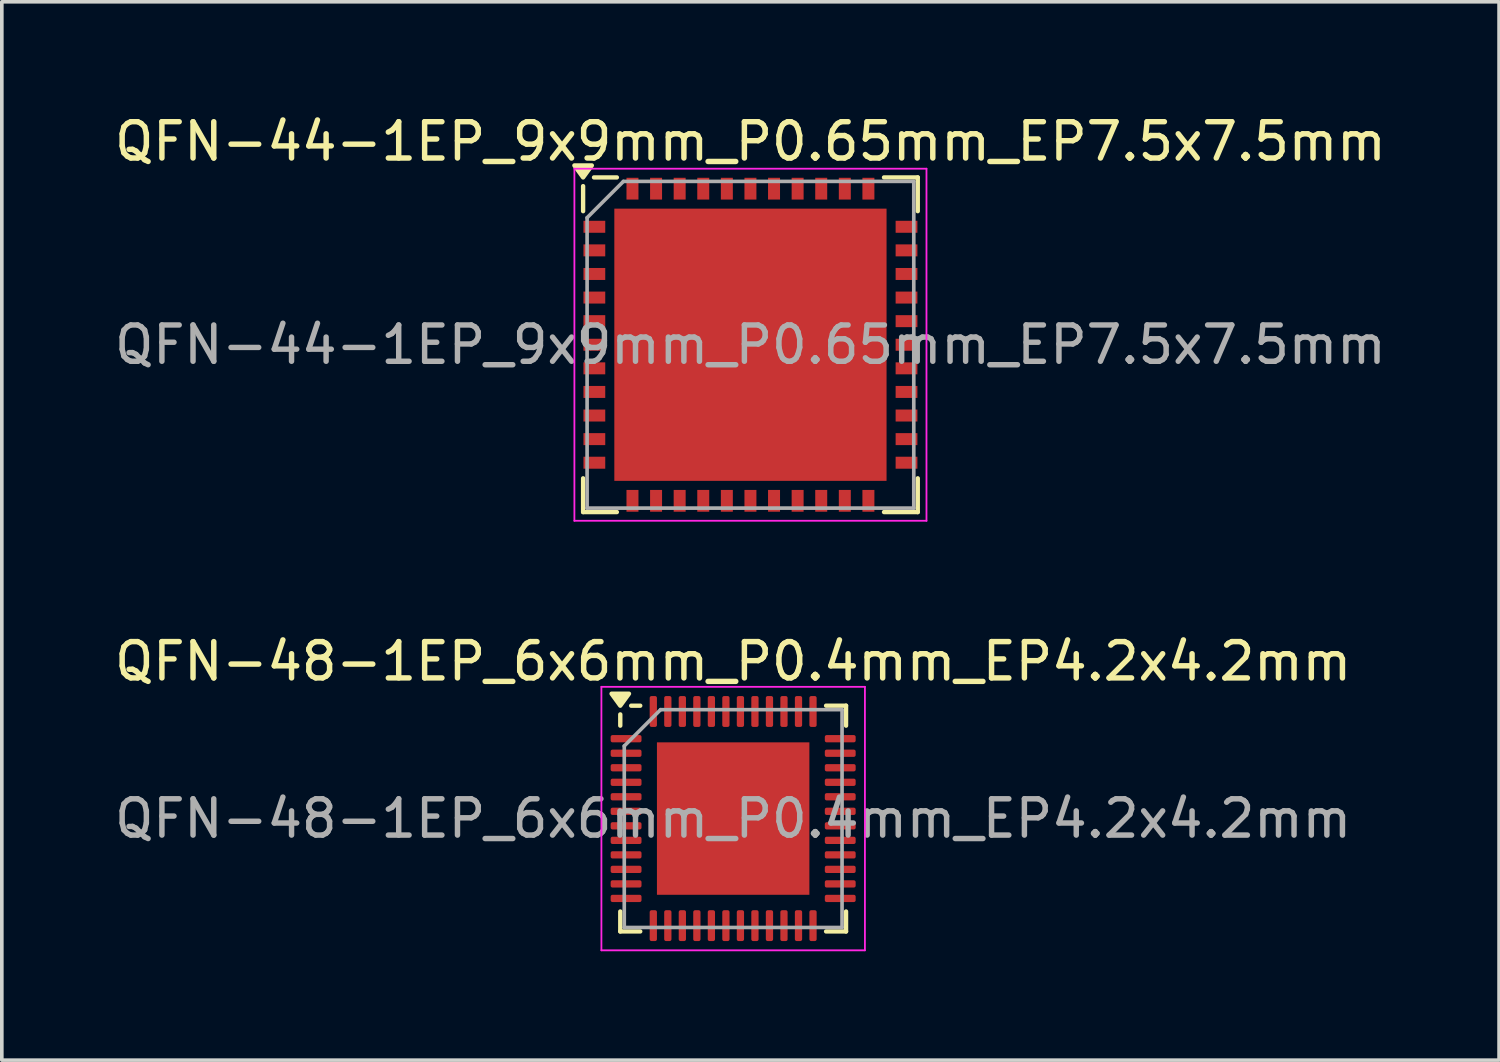
<source format=kicad_pcb>
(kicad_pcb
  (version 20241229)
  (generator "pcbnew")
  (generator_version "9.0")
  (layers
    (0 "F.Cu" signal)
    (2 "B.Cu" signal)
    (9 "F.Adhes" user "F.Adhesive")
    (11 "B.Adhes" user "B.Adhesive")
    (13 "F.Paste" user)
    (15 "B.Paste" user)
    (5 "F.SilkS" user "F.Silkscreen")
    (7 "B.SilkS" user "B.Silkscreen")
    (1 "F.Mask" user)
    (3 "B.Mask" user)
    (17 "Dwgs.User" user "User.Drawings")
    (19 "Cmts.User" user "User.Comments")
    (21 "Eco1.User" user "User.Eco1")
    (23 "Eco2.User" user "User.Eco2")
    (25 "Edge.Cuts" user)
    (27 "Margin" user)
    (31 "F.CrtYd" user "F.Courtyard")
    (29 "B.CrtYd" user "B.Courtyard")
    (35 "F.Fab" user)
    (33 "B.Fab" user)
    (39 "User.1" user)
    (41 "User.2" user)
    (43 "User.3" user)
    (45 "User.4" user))
  (footprint "QFN-44-1EP_9x9mm_P0.65mm_EP7.5x7.5mm"
    (layer "F.Cu")
    (at 17.625 6.448)
    (property "Reference" "QFN-44-1EP_9x9mm_P0.65mm_EP7.5x7.5mm" (at 0 -5.6 0) (layer "F.SilkS") (effects (font (size 1 1) (thickness 0.15))))
    (attr smd)
    (fp_line (start -4.61 -4.37) (end -4.61 -3.68) (stroke (width 0.12) (type solid)) (layer "F.SilkS"))
    (fp_line (start -4.61 4.61) (end -4.61 3.68) (stroke (width 0.12) (type solid)) (layer "F.SilkS"))
    (fp_line (start -3.68 -4.61) (end -4.31 -4.61) (stroke (width 0.12) (type solid)) (layer "F.SilkS"))
    (fp_line (start -3.68 4.61) (end -4.61 4.61) (stroke (width 0.12) (type solid)) (layer "F.SilkS"))
    (fp_line (start 3.68 -4.61) (end 4.61 -4.61) (stroke (width 0.12) (type solid)) (layer "F.SilkS"))
    (fp_line (start 3.68 4.61) (end 4.61 4.61) (stroke (width 0.12) (type solid)) (layer "F.SilkS"))
    (fp_line (start 4.61 -4.61) (end 4.61 -3.68) (stroke (width 0.12) (type solid)) (layer "F.SilkS"))
    (fp_line (start 4.61 4.61) (end 4.61 3.68) (stroke (width 0.12) (type solid)) (layer "F.SilkS"))
    (fp_poly (pts (xy -4.61 -4.61) (xy -4.85 -4.94) (xy -4.37 -4.94) (xy -4.61 -4.61)) (stroke (width 0.12) (type solid)) (fill yes) (layer "F.SilkS"))
    (fp_line (start -4.85 -4.85) (end -4.85 4.85) (stroke (width 0.05) (type solid)) (layer "F.CrtYd"))
    (fp_line (start -4.85 4.85) (end 4.85 4.85) (stroke (width 0.05) (type solid)) (layer "F.CrtYd"))
    (fp_line (start 4.85 -4.85) (end -4.85 -4.85) (stroke (width 0.05) (type solid)) (layer "F.CrtYd"))
    (fp_line (start 4.85 4.85) (end 4.85 -4.85) (stroke (width 0.05) (type solid)) (layer "F.CrtYd"))
    (fp_line (start -4.5 -3.5) (end -3.5 -4.5) (stroke (width 0.1) (type solid)) (layer "F.Fab"))
    (fp_line (start -4.5 4.5) (end -4.5 -3.5) (stroke (width 0.1) (type solid)) (layer "F.Fab"))
    (fp_line (start -3.5 -4.5) (end 4.5 -4.5) (stroke (width 0.1) (type solid)) (layer "F.Fab"))
    (fp_line (start 4.5 -4.5) (end 4.5 4.5) (stroke (width 0.1) (type solid)) (layer "F.Fab"))
    (fp_line (start 4.5 4.5) (end -4.5 4.5) (stroke (width 0.1) (type solid)) (layer "F.Fab"))
    (fp_text user "${REFERENCE}" (at 0 0 0) (layer "F.Fab") (effects (font (size 1 1) (thickness 0.15))))
    (pad "" smd rect (at -1.875 -1.875) (size 2.65 2.65) (layers "F.Paste"))
    (pad "" smd rect (at -1.875 1.875) (size 2.65 2.65) (layers "F.Paste"))
    (pad "" smd rect (at 1.875 -1.875) (size 2.65 2.65) (layers "F.Paste"))
    (pad "" smd rect (at 1.875 1.875) (size 2.65 2.65) (layers "F.Paste"))
    (pad "1" smd rect (at -4.3 -3.25) (size 0.6 0.33) (layers "F.Cu" "F.Mask" "F.Paste"))
    (pad "2" smd rect (at -4.3 -2.6) (size 0.6 0.33) (layers "F.Cu" "F.Mask" "F.Paste"))
    (pad "3" smd rect (at -4.3 -1.95) (size 0.6 0.33) (layers "F.Cu" "F.Mask" "F.Paste"))
    (pad "4" smd rect (at -4.3 -1.3) (size 0.6 0.33) (layers "F.Cu" "F.Mask" "F.Paste"))
    (pad "5" smd rect (at -4.3 -0.65) (size 0.6 0.33) (layers "F.Cu" "F.Mask" "F.Paste"))
    (pad "6" smd rect (at -4.3 0) (size 0.6 0.33) (layers "F.Cu" "F.Mask" "F.Paste"))
    (pad "7" smd rect (at -4.3 0.65) (size 0.6 0.33) (layers "F.Cu" "F.Mask" "F.Paste"))
    (pad "8" smd rect (at -4.3 1.3) (size 0.6 0.33) (layers "F.Cu" "F.Mask" "F.Paste"))
    (pad "9" smd rect (at -4.3 1.95) (size 0.6 0.33) (layers "F.Cu" "F.Mask" "F.Paste"))
    (pad "10" smd rect (at -4.3 2.6) (size 0.6 0.33) (layers "F.Cu" "F.Mask" "F.Paste"))
    (pad "11" smd rect (at -4.3 3.25) (size 0.6 0.33) (layers "F.Cu" "F.Mask" "F.Paste"))
    (pad "12" smd rect (at -3.25 4.3 90) (size 0.6 0.33) (layers "F.Cu" "F.Mask" "F.Paste"))
    (pad "13" smd rect (at -2.6 4.3 90) (size 0.6 0.33) (layers "F.Cu" "F.Mask" "F.Paste"))
    (pad "14" smd rect (at -1.95 4.3 90) (size 0.6 0.33) (layers "F.Cu" "F.Mask" "F.Paste"))
    (pad "15" smd rect (at -1.3 4.3 90) (size 0.6 0.33) (layers "F.Cu" "F.Mask" "F.Paste"))
    (pad "16" smd rect (at -0.65 4.3 90) (size 0.6 0.33) (layers "F.Cu" "F.Mask" "F.Paste"))
    (pad "17" smd rect (at 0 4.3 90) (size 0.6 0.33) (layers "F.Cu" "F.Mask" "F.Paste"))
    (pad "18" smd rect (at 0.65 4.3 90) (size 0.6 0.33) (layers "F.Cu" "F.Mask" "F.Paste"))
    (pad "19" smd rect (at 1.3 4.3 90) (size 0.6 0.33) (layers "F.Cu" "F.Mask" "F.Paste"))
    (pad "20" smd rect (at 1.95 4.3 90) (size 0.6 0.33) (layers "F.Cu" "F.Mask" "F.Paste"))
    (pad "21" smd rect (at 2.6 4.3 90) (size 0.6 0.33) (layers "F.Cu" "F.Mask" "F.Paste"))
    (pad "22" smd rect (at 3.25 4.3 90) (size 0.6 0.33) (layers "F.Cu" "F.Mask" "F.Paste"))
    (pad "23" smd rect (at 4.3 3.25) (size 0.6 0.33) (layers "F.Cu" "F.Mask" "F.Paste"))
    (pad "24" smd rect (at 4.3 2.6) (size 0.6 0.33) (layers "F.Cu" "F.Mask" "F.Paste"))
    (pad "25" smd rect (at 4.3 1.95) (size 0.6 0.33) (layers "F.Cu" "F.Mask" "F.Paste"))
    (pad "26" smd rect (at 4.3 1.3) (size 0.6 0.33) (layers "F.Cu" "F.Mask" "F.Paste"))
    (pad "27" smd rect (at 4.3 0.65) (size 0.6 0.33) (layers "F.Cu" "F.Mask" "F.Paste"))
    (pad "28" smd rect (at 4.3 0) (size 0.6 0.33) (layers "F.Cu" "F.Mask" "F.Paste"))
    (pad "29" smd rect (at 4.3 -0.65) (size 0.6 0.33) (layers "F.Cu" "F.Mask" "F.Paste"))
    (pad "30" smd rect (at 4.3 -1.3) (size 0.6 0.33) (layers "F.Cu" "F.Mask" "F.Paste"))
    (pad "31" smd rect (at 4.3 -1.95) (size 0.6 0.33) (layers "F.Cu" "F.Mask" "F.Paste"))
    (pad "32" smd rect (at 4.3 -2.6) (size 0.6 0.33) (layers "F.Cu" "F.Mask" "F.Paste"))
    (pad "33" smd rect (at 4.3 -3.25) (size 0.6 0.33) (layers "F.Cu" "F.Mask" "F.Paste"))
    (pad "34" smd rect (at 3.25 -4.3 90) (size 0.6 0.33) (layers "F.Cu" "F.Mask" "F.Paste"))
    (pad "35" smd rect (at 2.6 -4.3 90) (size 0.6 0.33) (layers "F.Cu" "F.Mask" "F.Paste"))
    (pad "36" smd rect (at 1.95 -4.3 90) (size 0.6 0.33) (layers "F.Cu" "F.Mask" "F.Paste"))
    (pad "37" smd rect (at 1.3 -4.3 90) (size 0.6 0.33) (layers "F.Cu" "F.Mask" "F.Paste"))
    (pad "38" smd rect (at 0.65 -4.3 90) (size 0.6 0.33) (layers "F.Cu" "F.Mask" "F.Paste"))
    (pad "39" smd rect (at 0 -4.3 90) (size 0.6 0.33) (layers "F.Cu" "F.Mask" "F.Paste"))
    (pad "40" smd rect (at -0.65 -4.3 90) (size 0.6 0.33) (layers "F.Cu" "F.Mask" "F.Paste"))
    (pad "41" smd rect (at -1.3 -4.3 90) (size 0.6 0.33) (layers "F.Cu" "F.Mask" "F.Paste"))
    (pad "42" smd rect (at -1.95 -4.3 90) (size 0.6 0.33) (layers "F.Cu" "F.Mask" "F.Paste"))
    (pad "43" smd rect (at -2.6 -4.3 90) (size 0.6 0.33) (layers "F.Cu" "F.Mask" "F.Paste"))
    (pad "44" smd rect (at -3.25 -4.3 90) (size 0.6 0.33) (layers "F.Cu" "F.Mask" "F.Paste"))
    (pad "45" smd rect (at 0 0) (size 7.5 7.5) (layers "F.Cu" "F.Mask")))
  (footprint "QFN-48-1EP_6x6mm_P0.4mm_EP4.2x4.2mm"
    (layer "F.Cu")
    (at 17.149 19.502)
    (property "Reference" "QFN-48-1EP_6x6mm_P0.4mm_EP4.2x4.2mm" (at 0 -4.33 0) (layer "F.SilkS") (effects (font (size 1 1) (thickness 0.15))))
    (attr smd)
    (fp_line (start -3.11 -2.56) (end -3.11 -2.87) (stroke (width 0.12) (type solid)) (layer "F.SilkS"))
    (fp_line (start -3.11 3.11) (end -3.11 2.56) (stroke (width 0.12) (type solid)) (layer "F.SilkS"))
    (fp_line (start -2.56 -3.11) (end -2.81 -3.11) (stroke (width 0.12) (type solid)) (layer "F.SilkS"))
    (fp_line (start -2.56 3.11) (end -3.11 3.11) (stroke (width 0.12) (type solid)) (layer "F.SilkS"))
    (fp_line (start 2.56 -3.11) (end 3.11 -3.11) (stroke (width 0.12) (type solid)) (layer "F.SilkS"))
    (fp_line (start 2.56 3.11) (end 3.11 3.11) (stroke (width 0.12) (type solid)) (layer "F.SilkS"))
    (fp_line (start 3.11 -3.11) (end 3.11 -2.56) (stroke (width 0.12) (type solid)) (layer "F.SilkS"))
    (fp_line (start 3.11 3.11) (end 3.11 2.56) (stroke (width 0.12) (type solid)) (layer "F.SilkS"))
    (fp_poly (pts (xy -3.11 -3.11) (xy -3.35 -3.44) (xy -2.87 -3.44) (xy -3.11 -3.11)) (stroke (width 0.12) (type solid)) (fill yes) (layer "F.SilkS"))
    (fp_line (start -3.63 -3.63) (end -3.63 3.63) (stroke (width 0.05) (type solid)) (layer "F.CrtYd"))
    (fp_line (start -3.63 3.63) (end 3.63 3.63) (stroke (width 0.05) (type solid)) (layer "F.CrtYd"))
    (fp_line (start 3.63 -3.63) (end -3.63 -3.63) (stroke (width 0.05) (type solid)) (layer "F.CrtYd"))
    (fp_line (start 3.63 3.63) (end 3.63 -3.63) (stroke (width 0.05) (type solid)) (layer "F.CrtYd"))
    (fp_line (start -3 -2) (end -2 -3) (stroke (width 0.1) (type solid)) (layer "F.Fab"))
    (fp_line (start -3 3) (end -3 -2) (stroke (width 0.1) (type solid)) (layer "F.Fab"))
    (fp_line (start -2 -3) (end 3 -3) (stroke (width 0.1) (type solid)) (layer "F.Fab"))
    (fp_line (start 3 -3) (end 3 3) (stroke (width 0.1) (type solid)) (layer "F.Fab"))
    (fp_line (start 3 3) (end -3 3) (stroke (width 0.1) (type solid)) (layer "F.Fab"))
    (fp_text user "${REFERENCE}" (at 0 0 0) (layer "F.Fab") (effects (font (size 1 1) (thickness 0.15))))
    (pad "" smd roundrect (at -1.4 -1.4) (size 1.13 1.13) (layers "F.Paste") (roundrect_rratio 0.221))
    (pad "" smd roundrect (at -1.4 0) (size 1.13 1.13) (layers "F.Paste") (roundrect_rratio 0.221))
    (pad "" smd roundrect (at -1.4 1.4) (size 1.13 1.13) (layers "F.Paste") (roundrect_rratio 0.221))
    (pad "" smd roundrect (at 0 -1.4) (size 1.13 1.13) (layers "F.Paste") (roundrect_rratio 0.221))
    (pad "" smd roundrect (at 0 0) (size 1.13 1.13) (layers "F.Paste") (roundrect_rratio 0.221))
    (pad "" smd roundrect (at 0 1.4) (size 1.13 1.13) (layers "F.Paste") (roundrect_rratio 0.221))
    (pad "" smd roundrect (at 1.4 -1.4) (size 1.13 1.13) (layers "F.Paste") (roundrect_rratio 0.221))
    (pad "" smd roundrect (at 1.4 0) (size 1.13 1.13) (layers "F.Paste") (roundrect_rratio 0.221))
    (pad "" smd roundrect (at 1.4 1.4) (size 1.13 1.13) (layers "F.Paste") (roundrect_rratio 0.221))
    (pad "1" smd roundrect (at -2.95 -2.2) (size 0.85 0.2) (layers "F.Cu" "F.Mask" "F.Paste") (roundrect_rratio 0.25))
    (pad "2" smd roundrect (at -2.95 -1.8) (size 0.85 0.2) (layers "F.Cu" "F.Mask" "F.Paste") (roundrect_rratio 0.25))
    (pad "3" smd roundrect (at -2.95 -1.4) (size 0.85 0.2) (layers "F.Cu" "F.Mask" "F.Paste") (roundrect_rratio 0.25))
    (pad "4" smd roundrect (at -2.95 -1) (size 0.85 0.2) (layers "F.Cu" "F.Mask" "F.Paste") (roundrect_rratio 0.25))
    (pad "5" smd roundrect (at -2.95 -0.6) (size 0.85 0.2) (layers "F.Cu" "F.Mask" "F.Paste") (roundrect_rratio 0.25))
    (pad "6" smd roundrect (at -2.95 -0.2) (size 0.85 0.2) (layers "F.Cu" "F.Mask" "F.Paste") (roundrect_rratio 0.25))
    (pad "7" smd roundrect (at -2.95 0.2) (size 0.85 0.2) (layers "F.Cu" "F.Mask" "F.Paste") (roundrect_rratio 0.25))
    (pad "8" smd roundrect (at -2.95 0.6) (size 0.85 0.2) (layers "F.Cu" "F.Mask" "F.Paste") (roundrect_rratio 0.25))
    (pad "9" smd roundrect (at -2.95 1) (size 0.85 0.2) (layers "F.Cu" "F.Mask" "F.Paste") (roundrect_rratio 0.25))
    (pad "10" smd roundrect (at -2.95 1.4) (size 0.85 0.2) (layers "F.Cu" "F.Mask" "F.Paste") (roundrect_rratio 0.25))
    (pad "11" smd roundrect (at -2.95 1.8) (size 0.85 0.2) (layers "F.Cu" "F.Mask" "F.Paste") (roundrect_rratio 0.25))
    (pad "12" smd roundrect (at -2.95 2.2) (size 0.85 0.2) (layers "F.Cu" "F.Mask" "F.Paste") (roundrect_rratio 0.25))
    (pad "13" smd roundrect (at -2.2 2.95) (size 0.2 0.85) (layers "F.Cu" "F.Mask" "F.Paste") (roundrect_rratio 0.25))
    (pad "14" smd roundrect (at -1.8 2.95) (size 0.2 0.85) (layers "F.Cu" "F.Mask" "F.Paste") (roundrect_rratio 0.25))
    (pad "15" smd roundrect (at -1.4 2.95) (size 0.2 0.85) (layers "F.Cu" "F.Mask" "F.Paste") (roundrect_rratio 0.25))
    (pad "16" smd roundrect (at -1 2.95) (size 0.2 0.85) (layers "F.Cu" "F.Mask" "F.Paste") (roundrect_rratio 0.25))
    (pad "17" smd roundrect (at -0.6 2.95) (size 0.2 0.85) (layers "F.Cu" "F.Mask" "F.Paste") (roundrect_rratio 0.25))
    (pad "18" smd roundrect (at -0.2 2.95) (size 0.2 0.85) (layers "F.Cu" "F.Mask" "F.Paste") (roundrect_rratio 0.25))
    (pad "19" smd roundrect (at 0.2 2.95) (size 0.2 0.85) (layers "F.Cu" "F.Mask" "F.Paste") (roundrect_rratio 0.25))
    (pad "20" smd roundrect (at 0.6 2.95) (size 0.2 0.85) (layers "F.Cu" "F.Mask" "F.Paste") (roundrect_rratio 0.25))
    (pad "21" smd roundrect (at 1 2.95) (size 0.2 0.85) (layers "F.Cu" "F.Mask" "F.Paste") (roundrect_rratio 0.25))
    (pad "22" smd roundrect (at 1.4 2.95) (size 0.2 0.85) (layers "F.Cu" "F.Mask" "F.Paste") (roundrect_rratio 0.25))
    (pad "23" smd roundrect (at 1.8 2.95) (size 0.2 0.85) (layers "F.Cu" "F.Mask" "F.Paste") (roundrect_rratio 0.25))
    (pad "24" smd roundrect (at 2.2 2.95) (size 0.2 0.85) (layers "F.Cu" "F.Mask" "F.Paste") (roundrect_rratio 0.25))
    (pad "25" smd roundrect (at 2.95 2.2) (size 0.85 0.2) (layers "F.Cu" "F.Mask" "F.Paste") (roundrect_rratio 0.25))
    (pad "26" smd roundrect (at 2.95 1.8) (size 0.85 0.2) (layers "F.Cu" "F.Mask" "F.Paste") (roundrect_rratio 0.25))
    (pad "27" smd roundrect (at 2.95 1.4) (size 0.85 0.2) (layers "F.Cu" "F.Mask" "F.Paste") (roundrect_rratio 0.25))
    (pad "28" smd roundrect (at 2.95 1) (size 0.85 0.2) (layers "F.Cu" "F.Mask" "F.Paste") (roundrect_rratio 0.25))
    (pad "29" smd roundrect (at 2.95 0.6) (size 0.85 0.2) (layers "F.Cu" "F.Mask" "F.Paste") (roundrect_rratio 0.25))
    (pad "30" smd roundrect (at 2.95 0.2) (size 0.85 0.2) (layers "F.Cu" "F.Mask" "F.Paste") (roundrect_rratio 0.25))
    (pad "31" smd roundrect (at 2.95 -0.2) (size 0.85 0.2) (layers "F.Cu" "F.Mask" "F.Paste") (roundrect_rratio 0.25))
    (pad "32" smd roundrect (at 2.95 -0.6) (size 0.85 0.2) (layers "F.Cu" "F.Mask" "F.Paste") (roundrect_rratio 0.25))
    (pad "33" smd roundrect (at 2.95 -1) (size 0.85 0.2) (layers "F.Cu" "F.Mask" "F.Paste") (roundrect_rratio 0.25))
    (pad "34" smd roundrect (at 2.95 -1.4) (size 0.85 0.2) (layers "F.Cu" "F.Mask" "F.Paste") (roundrect_rratio 0.25))
    (pad "35" smd roundrect (at 2.95 -1.8) (size 0.85 0.2) (layers "F.Cu" "F.Mask" "F.Paste") (roundrect_rratio 0.25))
    (pad "36" smd roundrect (at 2.95 -2.2) (size 0.85 0.2) (layers "F.Cu" "F.Mask" "F.Paste") (roundrect_rratio 0.25))
    (pad "37" smd roundrect (at 2.2 -2.95) (size 0.2 0.85) (layers "F.Cu" "F.Mask" "F.Paste") (roundrect_rratio 0.25))
    (pad "38" smd roundrect (at 1.8 -2.95) (size 0.2 0.85) (layers "F.Cu" "F.Mask" "F.Paste") (roundrect_rratio 0.25))
    (pad "39" smd roundrect (at 1.4 -2.95) (size 0.2 0.85) (layers "F.Cu" "F.Mask" "F.Paste") (roundrect_rratio 0.25))
    (pad "40" smd roundrect (at 1 -2.95) (size 0.2 0.85) (layers "F.Cu" "F.Mask" "F.Paste") (roundrect_rratio 0.25))
    (pad "41" smd roundrect (at 0.6 -2.95) (size 0.2 0.85) (layers "F.Cu" "F.Mask" "F.Paste") (roundrect_rratio 0.25))
    (pad "42" smd roundrect (at 0.2 -2.95) (size 0.2 0.85) (layers "F.Cu" "F.Mask" "F.Paste") (roundrect_rratio 0.25))
    (pad "43" smd roundrect (at -0.2 -2.95) (size 0.2 0.85) (layers "F.Cu" "F.Mask" "F.Paste") (roundrect_rratio 0.25))
    (pad "44" smd roundrect (at -0.6 -2.95) (size 0.2 0.85) (layers "F.Cu" "F.Mask" "F.Paste") (roundrect_rratio 0.25))
    (pad "45" smd roundrect (at -1 -2.95) (size 0.2 0.85) (layers "F.Cu" "F.Mask" "F.Paste") (roundrect_rratio 0.25))
    (pad "46" smd roundrect (at -1.4 -2.95) (size 0.2 0.85) (layers "F.Cu" "F.Mask" "F.Paste") (roundrect_rratio 0.25))
    (pad "47" smd roundrect (at -1.8 -2.95) (size 0.2 0.85) (layers "F.Cu" "F.Mask" "F.Paste") (roundrect_rratio 0.25))
    (pad "48" smd roundrect (at -2.2 -2.95) (size 0.2 0.85) (layers "F.Cu" "F.Mask" "F.Paste") (roundrect_rratio 0.25))
    (pad "49" smd rect (at 0 0) (size 4.2 4.2) (property pad_prop_heatsink) (layers "F.Cu" "F.Mask")))
  (gr_rect
    (start -3 -3)
    (end 38.25 26.157)
    (stroke (width 0.1) (type default))
    (fill no)
    (layer "Edge.Cuts")))
</source>
